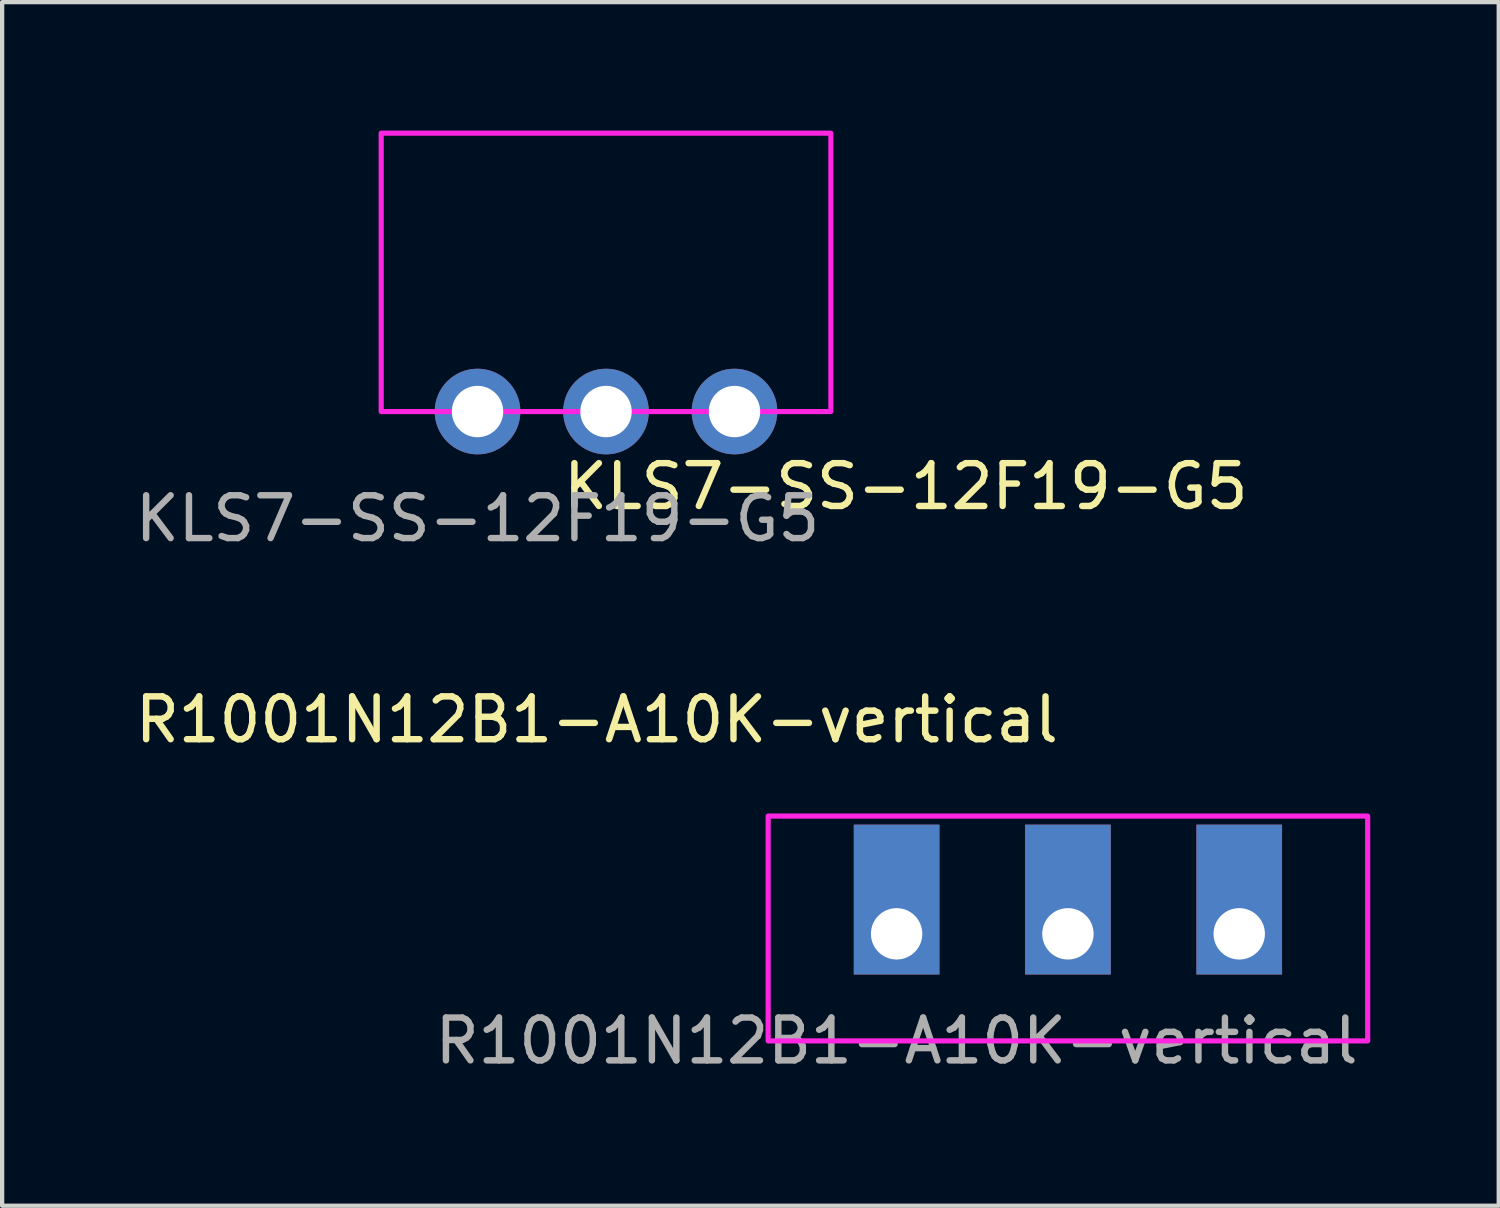
<source format=kicad_pcb>
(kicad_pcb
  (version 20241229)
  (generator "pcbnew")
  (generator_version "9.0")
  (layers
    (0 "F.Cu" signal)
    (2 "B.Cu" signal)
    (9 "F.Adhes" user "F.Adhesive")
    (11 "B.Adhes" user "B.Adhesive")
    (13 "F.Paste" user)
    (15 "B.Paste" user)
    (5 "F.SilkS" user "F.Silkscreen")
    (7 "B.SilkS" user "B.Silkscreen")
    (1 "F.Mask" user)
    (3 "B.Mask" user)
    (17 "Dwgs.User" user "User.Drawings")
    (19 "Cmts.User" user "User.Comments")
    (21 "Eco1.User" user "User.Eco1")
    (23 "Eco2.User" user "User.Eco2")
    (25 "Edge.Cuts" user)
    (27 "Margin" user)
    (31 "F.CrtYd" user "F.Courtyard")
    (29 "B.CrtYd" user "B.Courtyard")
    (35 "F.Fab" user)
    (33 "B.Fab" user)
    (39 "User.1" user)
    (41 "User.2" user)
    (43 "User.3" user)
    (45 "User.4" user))
  (footprint "KLS7-SS-12F19-G5"
    (layer "F.Cu")
    (at 8.101 6.56)
    (property "Reference" "KLS7-SS-12F19-G5" (at 10 1.75 0) (unlocked yes) (layer "F.SilkS") (effects (font (size 1 1) (thickness 0.15))))
    (attr through_hole)
    (fp_rect (start -2.25 -6.5) (end 8.25 0) (stroke (width 0.12) (type solid)) (fill no) (layer "F.CrtYd"))
    (fp_text user "${REFERENCE}" (at 0 2.5 0) (unlocked yes) (layer "F.Fab") (effects (font (size 1 1) (thickness 0.15))))
    (pad "1" thru_hole circle (at 0 0) (size 2 2) (drill 1.2) (layers "*.Cu" "*.Mask"))
    (pad "2" thru_hole circle (at 3 0) (size 2 2) (drill 1.2) (layers "*.Cu" "*.Mask"))
    (pad "3" thru_hole circle (at 6 0) (size 2 2) (drill 1.2) (layers "*.Cu" "*.Mask")))
  (footprint "R1001N12B1-A10K-vertical"
    (layer "F.Cu")
    (at 17.887 18.756)
    (property "Reference" "R1001N12B1-A10K-vertical" (at -7 -5 0) (unlocked yes) (layer "F.SilkS") (effects (font (size 1 1) (thickness 0.15))))
    (attr through_hole)
    (fp_rect (start -3 -2.75) (end 11 2.5) (stroke (width 0.12) (type solid)) (fill no) (layer "F.CrtYd"))
    (fp_text user "${REFERENCE}" (at 0 2.5 0) (unlocked yes) (layer "F.Fab") (effects (font (size 1 1) (thickness 0.15))))
    (pad "1" thru_hole rect (at 0 0) (size 2 3.5) (drill 1.2 (offset 0 -0.8)) (layers "*.Cu" "*.Mask"))
    (pad "2" thru_hole rect (at 4 0) (size 2 3.5) (drill 1.2 (offset 0 -0.8)) (layers "*.Cu" "*.Mask"))
    (pad "3" thru_hole rect (at 8 0) (size 2 3.5) (drill 1.2 (offset 0 -0.8)) (layers "*.Cu" "*.Mask")))
  (gr_rect
    (start -3 -3)
    (end 31.947 25.105)
    (stroke (width 0.1) (type default))
    (fill no)
    (layer "Edge.Cuts")))
</source>
